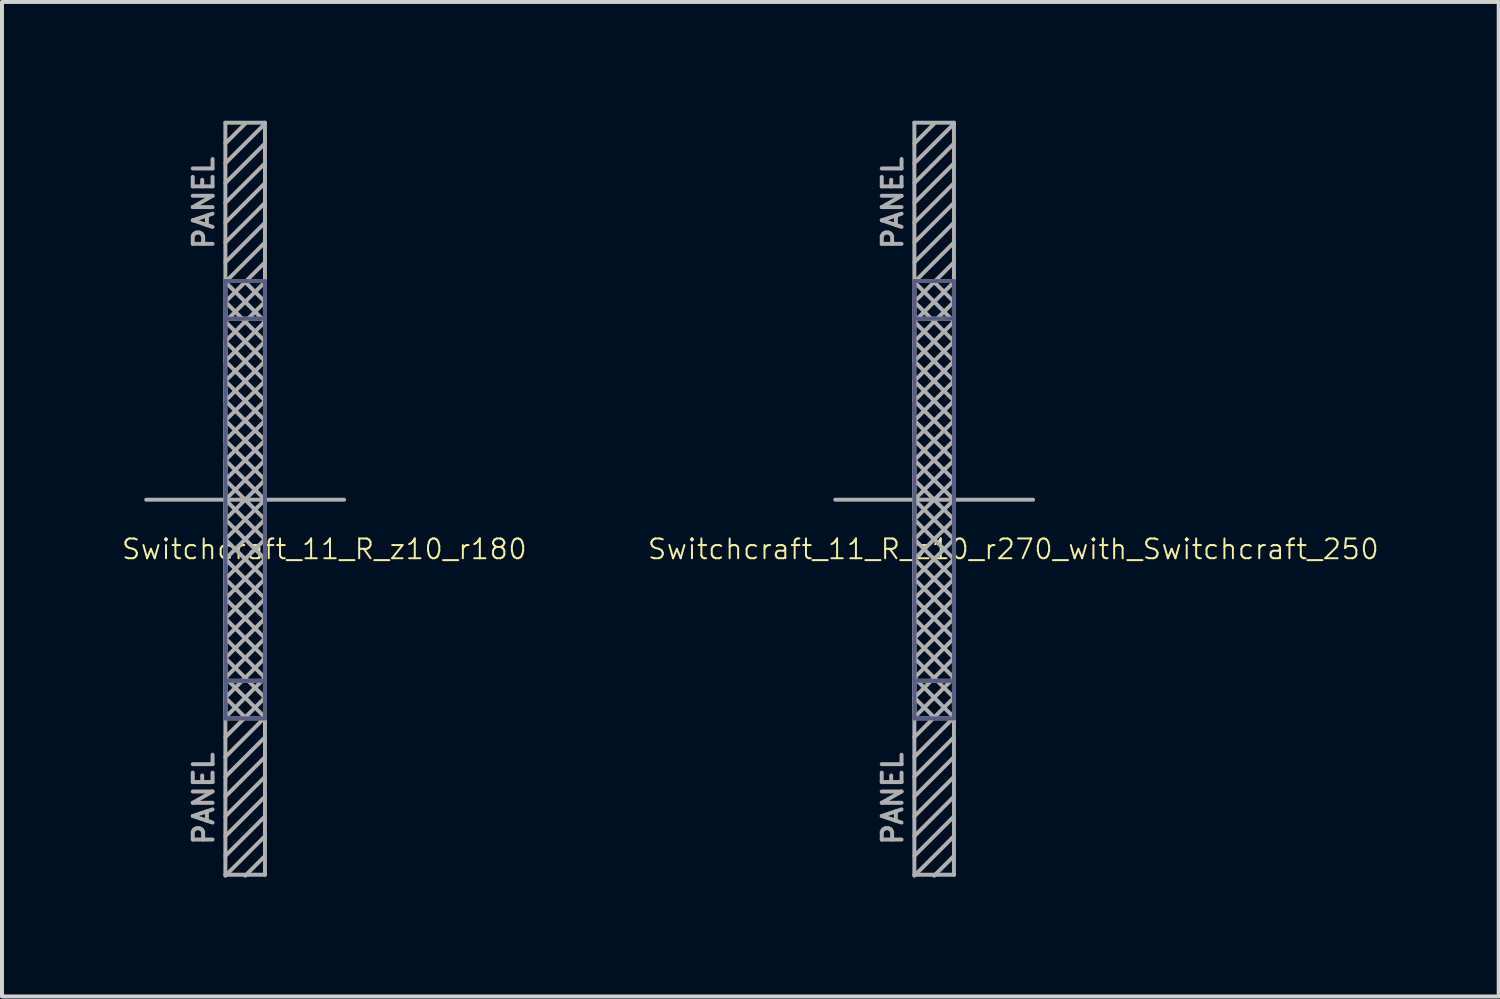
<source format=kicad_pcb>
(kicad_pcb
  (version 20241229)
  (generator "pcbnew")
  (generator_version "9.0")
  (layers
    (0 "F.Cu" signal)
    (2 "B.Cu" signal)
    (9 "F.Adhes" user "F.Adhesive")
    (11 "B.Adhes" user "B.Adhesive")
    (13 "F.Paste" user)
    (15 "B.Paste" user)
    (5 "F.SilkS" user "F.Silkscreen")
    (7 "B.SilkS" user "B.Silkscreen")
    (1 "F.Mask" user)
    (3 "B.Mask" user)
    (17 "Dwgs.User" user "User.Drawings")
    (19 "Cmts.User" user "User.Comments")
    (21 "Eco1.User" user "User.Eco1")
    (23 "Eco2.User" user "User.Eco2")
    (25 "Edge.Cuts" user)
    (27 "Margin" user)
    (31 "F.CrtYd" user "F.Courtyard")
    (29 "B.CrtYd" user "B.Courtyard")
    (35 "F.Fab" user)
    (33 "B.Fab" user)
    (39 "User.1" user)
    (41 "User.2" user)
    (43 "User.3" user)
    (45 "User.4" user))
  (footprint "Switchcraft_11_R_z10_r270_with_Switchcraft_250"
    (layer "F.Cu")
    (at 20.051 9.575)
    (property "Reference" "Switchcraft_11_R_z10_r270_with_Switchcraft_250" (at 2.5 1.25 180) (layer "F.SilkS") (effects (font (size 0.5 0.5) (thickness 0.05))))
    (attr through_hole)
    (fp_line (start 0 -5.525) (end 0 -5.5) (stroke (width 0.1) (type solid)) (layer "B.Fab"))
    (fp_line (start 0 -5.5) (end 0 -4.5) (stroke (width 0.1) (type solid)) (layer "B.Fab"))
    (fp_line (start 0 -4.575) (end 1 -4.575) (stroke (width 0.1) (type solid)) (layer "B.Fab"))
    (fp_line (start 0 4.5) (end 0 -5.5) (stroke (width 0.1) (type solid)) (layer "B.Fab"))
    (fp_line (start 0 4.575) (end 1 4.575) (stroke (width 0.1) (type solid)) (layer "B.Fab"))
    (fp_line (start 0 5.5) (end 0 4.5) (stroke (width 0.1) (type solid)) (layer "B.Fab"))
    (fp_line (start 0 5.525) (end 0 5.45) (stroke (width 0.1) (type solid)) (layer "B.Fab"))
    (fp_line (start 1 -5.525) (end 0 -5.525) (stroke (width 0.1) (type solid)) (layer "B.Fab"))
    (fp_line (start 1 -5.5) (end 1 -5.525) (stroke (width 0.1) (type solid)) (layer "B.Fab"))
    (fp_line (start 1 -5.5) (end 1 5.5) (stroke (width 0.1) (type solid)) (layer "B.Fab"))
    (fp_line (start 1 5.525) (end 0 5.525) (stroke (width 0.1) (type solid)) (layer "B.Fab"))
    (fp_line (start -2 0) (end 3 0) (stroke (width 0.1) (type solid)) (layer "F.Fab"))
    (fp_line (start 0 -9.525) (end 1 -9.525) (stroke (width 0.1) (type solid)) (layer "F.Fab"))
    (fp_line (start 0 -9) (end 0.5 -9.5) (stroke (width 0.1) (type solid)) (layer "F.Fab"))
    (fp_line (start 0 -6.5) (end 1 -7.5) (stroke (width 0.1) (type solid)) (layer "F.Fab"))
    (fp_line (start 0 -5.525) (end 1 -5.525) (stroke (width 0.1) (type solid)) (layer "F.Fab"))
    (fp_line (start 0 -5.5) (end 1 -6.5) (stroke (width 0.1) (type solid)) (layer "F.Fab"))
    (fp_line (start 0 -5.5) (end 1 -4.5) (stroke (width 0.1) (type solid)) (layer "F.Fab"))
    (fp_line (start 0 -5) (end 0.5 -5.5) (stroke (width 0.1) (type solid)) (layer "F.Fab"))
    (fp_line (start 0 -5) (end 1 -4) (stroke (width 0.1) (type solid)) (layer "F.Fab"))
    (fp_line (start 0 -4.575) (end 1 -4.575) (stroke (width 0.1) (type solid)) (layer "F.Fab"))
    (fp_line (start 0 -4.5) (end 0 -5) (stroke (width 0.1) (type solid)) (layer "F.Fab"))
    (fp_line (start 0 -4.5) (end 1 -3.5) (stroke (width 0.1) (type solid)) (layer "F.Fab"))
    (fp_line (start 0 -4) (end 1 -5) (stroke (width 0.1) (type solid)) (layer "F.Fab"))
    (fp_line (start 0 -4) (end 1 -3) (stroke (width 0.1) (type solid)) (layer "F.Fab"))
    (fp_line (start 0 -3.5) (end 0 -4) (stroke (width 0.1) (type solid)) (layer "F.Fab"))
    (fp_line (start 0 -3.5) (end 1 -2.5) (stroke (width 0.1) (type solid)) (layer "F.Fab"))
    (fp_line (start 0 -3) (end 1 -4) (stroke (width 0.1) (type solid)) (layer "F.Fab"))
    (fp_line (start 0 -3) (end 1 -2) (stroke (width 0.1) (type solid)) (layer "F.Fab"))
    (fp_line (start 0 -2.5) (end 0 -3) (stroke (width 0.1) (type solid)) (layer "F.Fab"))
    (fp_line (start 0 -2) (end 1 -3) (stroke (width 0.1) (type solid)) (layer "F.Fab"))
    (fp_line (start 0 -2) (end 1 -1) (stroke (width 0.1) (type solid)) (layer "F.Fab"))
    (fp_line (start 0 -1.5) (end 0 -2) (stroke (width 0.1) (type solid)) (layer "F.Fab"))
    (fp_line (start 0 -1.5) (end 1 -0.5) (stroke (width 0.1) (type solid)) (layer "F.Fab"))
    (fp_line (start 0 -1) (end 1 -2) (stroke (width 0.1) (type solid)) (layer "F.Fab"))
    (fp_line (start 0 -0.5) (end 0 -1) (stroke (width 0.1) (type solid)) (layer "F.Fab"))
    (fp_line (start 0 -0.5) (end 0 0) (stroke (width 0.1) (type solid)) (layer "F.Fab"))
    (fp_line (start 0 0) (end 1 -1) (stroke (width 0.1) (type solid)) (layer "F.Fab"))
    (fp_line (start 0 0) (end 1 1) (stroke (width 0.1) (type solid)) (layer "F.Fab"))
    (fp_line (start 0 0.5) (end 0 0) (stroke (width 0.1) (type solid)) (layer "F.Fab"))
    (fp_line (start 0 1) (end 1 0) (stroke (width 0.1) (type solid)) (layer "F.Fab"))
    (fp_line (start 0 1) (end 1 2) (stroke (width 0.1) (type solid)) (layer "F.Fab"))
    (fp_line (start 0 1.5) (end 0 1) (stroke (width 0.1) (type solid)) (layer "F.Fab"))
    (fp_line (start 0 1.5) (end 0 2) (stroke (width 0.1) (type solid)) (layer "F.Fab"))
    (fp_line (start 0 2) (end 1 1) (stroke (width 0.1) (type solid)) (layer "F.Fab"))
    (fp_line (start 0 2) (end 1 3) (stroke (width 0.1) (type solid)) (layer "F.Fab"))
    (fp_line (start 0 2.5) (end 0 2) (stroke (width 0.1) (type solid)) (layer "F.Fab"))
    (fp_line (start 0 2.5) (end 0 3) (stroke (width 0.1) (type solid)) (layer "F.Fab"))
    (fp_line (start 0 3) (end 1 2) (stroke (width 0.1) (type solid)) (layer "F.Fab"))
    (fp_line (start 0 3) (end 1 4) (stroke (width 0.1) (type solid)) (layer "F.Fab"))
    (fp_line (start 0 3.5) (end 0 3) (stroke (width 0.1) (type solid)) (layer "F.Fab"))
    (fp_line (start 0 3.5) (end 0 4) (stroke (width 0.1) (type solid)) (layer "F.Fab"))
    (fp_line (start 0 4) (end 1 3) (stroke (width 0.1) (type solid)) (layer "F.Fab"))
    (fp_line (start 0 4) (end 1 5) (stroke (width 0.1) (type solid)) (layer "F.Fab"))
    (fp_line (start 0 4.5) (end 0 4) (stroke (width 0.1) (type solid)) (layer "F.Fab"))
    (fp_line (start 0 4.5) (end 0 5) (stroke (width 0.1) (type solid)) (layer "F.Fab"))
    (fp_line (start 0 4.575) (end 1 4.575) (stroke (width 0.1) (type solid)) (layer "F.Fab"))
    (fp_line (start 0 5) (end 0.5 5.5) (stroke (width 0.1) (type solid)) (layer "F.Fab"))
    (fp_line (start 0 5) (end 1 4) (stroke (width 0.1) (type solid)) (layer "F.Fab"))
    (fp_line (start 0 5.5) (end 0 5) (stroke (width 0.1) (type solid)) (layer "F.Fab"))
    (fp_line (start 0 5.525) (end 1 5.525) (stroke (width 0.1) (type solid)) (layer "F.Fab"))
    (fp_line (start 0 7) (end 1 6) (stroke (width 0.1) (type solid)) (layer "F.Fab"))
    (fp_line (start 0 8) (end 1 7) (stroke (width 0.1) (type solid)) (layer "F.Fab"))
    (fp_line (start 0 9) (end 1 8) (stroke (width 0.1) (type solid)) (layer "F.Fab"))
    (fp_line (start 0 9.475) (end 0 -9.525) (stroke (width 0.1) (type solid)) (layer "F.Fab"))
    (fp_line (start 0.5 -5.5) (end 1 -5) (stroke (width 0.1) (type solid)) (layer "F.Fab"))
    (fp_line (start 0.5 5.5) (end 0 6) (stroke (width 0.1) (type solid)) (layer "F.Fab"))
    (fp_line (start 0.5 5.5) (end 1 5) (stroke (width 0.1) (type solid)) (layer "F.Fab"))
    (fp_line (start 0.5 9.5) (end 1 9) (stroke (width 0.1) (type solid)) (layer "F.Fab"))
    (fp_line (start 1 -9.525) (end 1 9.475) (stroke (width 0.1) (type solid)) (layer "F.Fab"))
    (fp_line (start 1 -9.5) (end 0 -8.5) (stroke (width 0.1) (type solid)) (layer "F.Fab"))
    (fp_line (start 1 -9) (end 0 -8) (stroke (width 0.1) (type solid)) (layer "F.Fab"))
    (fp_line (start 1 -8.5) (end 0 -7.5) (stroke (width 0.1) (type solid)) (layer "F.Fab"))
    (fp_line (start 1 -8) (end 0 -7) (stroke (width 0.1) (type solid)) (layer "F.Fab"))
    (fp_line (start 1 -7) (end 0 -6) (stroke (width 0.1) (type solid)) (layer "F.Fab"))
    (fp_line (start 1 -6) (end 0.5 -5.5) (stroke (width 0.1) (type solid)) (layer "F.Fab"))
    (fp_line (start 1 -5.5) (end 0 -4.5) (stroke (width 0.1) (type solid)) (layer "F.Fab"))
    (fp_line (start 1 -5) (end 1 -5.5) (stroke (width 0.1) (type solid)) (layer "F.Fab"))
    (fp_line (start 1 -4.5) (end 0 -3.5) (stroke (width 0.1) (type solid)) (layer "F.Fab"))
    (fp_line (start 1 -4) (end 1 -4.5) (stroke (width 0.1) (type solid)) (layer "F.Fab"))
    (fp_line (start 1 -3.5) (end 0 -2.5) (stroke (width 0.1) (type solid)) (layer "F.Fab"))
    (fp_line (start 1 -3) (end 1 -3.5) (stroke (width 0.1) (type solid)) (layer "F.Fab"))
    (fp_line (start 1 -2.5) (end 0 -1.5) (stroke (width 0.1) (type solid)) (layer "F.Fab"))
    (fp_line (start 1 -2) (end 1 -2.5) (stroke (width 0.1) (type solid)) (layer "F.Fab"))
    (fp_line (start 1 -1.5) (end 0 -2.5) (stroke (width 0.1) (type solid)) (layer "F.Fab"))
    (fp_line (start 1 -1.5) (end 0 -0.5) (stroke (width 0.1) (type solid)) (layer "F.Fab"))
    (fp_line (start 1 -1) (end 1 -1.5) (stroke (width 0.1) (type solid)) (layer "F.Fab"))
    (fp_line (start 1 -0.5) (end 0 0.5) (stroke (width 0.1) (type solid)) (layer "F.Fab"))
    (fp_line (start 1 -0.5) (end 1 0) (stroke (width 0.1) (type solid)) (layer "F.Fab"))
    (fp_line (start 1 0) (end 0 -1) (stroke (width 0.1) (type solid)) (layer "F.Fab"))
    (fp_line (start 1 0) (end 1 -0.5) (stroke (width 0.1) (type solid)) (layer "F.Fab"))
    (fp_line (start 1 0.5) (end 0 -0.5) (stroke (width 0.1) (type solid)) (layer "F.Fab"))
    (fp_line (start 1 0.5) (end 0 1.5) (stroke (width 0.1) (type solid)) (layer "F.Fab"))
    (fp_line (start 1 1) (end 1 0.5) (stroke (width 0.1) (type solid)) (layer "F.Fab"))
    (fp_line (start 1 1) (end 1 1.5) (stroke (width 0.1) (type solid)) (layer "F.Fab"))
    (fp_line (start 1 1.5) (end 0 0.5) (stroke (width 0.1) (type solid)) (layer "F.Fab"))
    (fp_line (start 1 1.5) (end 0 2.5) (stroke (width 0.1) (type solid)) (layer "F.Fab"))
    (fp_line (start 1 2) (end 1 1.5) (stroke (width 0.1) (type solid)) (layer "F.Fab"))
    (fp_line (start 1 2) (end 1 2.5) (stroke (width 0.1) (type solid)) (layer "F.Fab"))
    (fp_line (start 1 2.5) (end 0 1.5) (stroke (width 0.1) (type solid)) (layer "F.Fab"))
    (fp_line (start 1 2.5) (end 0 3.5) (stroke (width 0.1) (type solid)) (layer "F.Fab"))
    (fp_line (start 1 3) (end 1 2.5) (stroke (width 0.1) (type solid)) (layer "F.Fab"))
    (fp_line (start 1 3) (end 1 3.5) (stroke (width 0.1) (type solid)) (layer "F.Fab"))
    (fp_line (start 1 3.5) (end 0 2.5) (stroke (width 0.1) (type solid)) (layer "F.Fab"))
    (fp_line (start 1 3.5) (end 0 4.5) (stroke (width 0.1) (type solid)) (layer "F.Fab"))
    (fp_line (start 1 4) (end 1 3.5) (stroke (width 0.1) (type solid)) (layer "F.Fab"))
    (fp_line (start 1 4) (end 1 4.5) (stroke (width 0.1) (type solid)) (layer "F.Fab"))
    (fp_line (start 1 4.5) (end 0 3.5) (stroke (width 0.1) (type solid)) (layer "F.Fab"))
    (fp_line (start 1 4.5) (end 0 5.5) (stroke (width 0.1) (type solid)) (layer "F.Fab"))
    (fp_line (start 1 5) (end 1 4.5) (stroke (width 0.1) (type solid)) (layer "F.Fab"))
    (fp_line (start 1 5) (end 1 5.5) (stroke (width 0.1) (type solid)) (layer "F.Fab"))
    (fp_line (start 1 5.5) (end 0 4.5) (stroke (width 0.1) (type solid)) (layer "F.Fab"))
    (fp_line (start 1 5.5) (end 0 6.5) (stroke (width 0.1) (type solid)) (layer "F.Fab"))
    (fp_line (start 1 6.5) (end 0 7.5) (stroke (width 0.1) (type solid)) (layer "F.Fab"))
    (fp_line (start 1 7.5) (end 0 8.5) (stroke (width 0.1) (type solid)) (layer "F.Fab"))
    (fp_line (start 1 8.5) (end 0 9.5) (stroke (width 0.1) (type solid)) (layer "F.Fab"))
    (fp_line (start 1 9.475) (end 0 9.475) (stroke (width 0.1) (type solid)) (layer "F.Fab"))
    (fp_text user "PANEL" (at -0.55 7.55 90) (layer "F.Fab") (effects (font (size 0.5 0.5) (thickness 0.1))))
    (fp_text user "PANEL" (at -0.55 -7.5 90) (layer "F.Fab") (effects (font (size 0.5 0.5) (thickness 0.1)))))
  (footprint "Switchcraft_11_R_z10_r180"
    (layer "F.Cu")
    (at 2.644 9.575)
    (property "Reference" "Switchcraft_11_R_z10_r180" (at 2.5 1.25 180) (layer "F.SilkS") (effects (font (size 0.5 0.5) (thickness 0.05))))
    (attr through_hole)
    (fp_line (start 0 -5.525) (end 0 -5.5) (stroke (width 0.1) (type solid)) (layer "B.Fab"))
    (fp_line (start 0 -5.5) (end 0 -4.5) (stroke (width 0.1) (type solid)) (layer "B.Fab"))
    (fp_line (start 0 -4.575) (end 1 -4.575) (stroke (width 0.1) (type solid)) (layer "B.Fab"))
    (fp_line (start 0 4.5) (end 0 -5.5) (stroke (width 0.1) (type solid)) (layer "B.Fab"))
    (fp_line (start 0 4.575) (end 1 4.575) (stroke (width 0.1) (type solid)) (layer "B.Fab"))
    (fp_line (start 0 5.5) (end 0 4.5) (stroke (width 0.1) (type solid)) (layer "B.Fab"))
    (fp_line (start 0 5.525) (end 0 5.45) (stroke (width 0.1) (type solid)) (layer "B.Fab"))
    (fp_line (start 1 -5.525) (end 0 -5.525) (stroke (width 0.1) (type solid)) (layer "B.Fab"))
    (fp_line (start 1 -5.5) (end 1 -5.525) (stroke (width 0.1) (type solid)) (layer "B.Fab"))
    (fp_line (start 1 -5.5) (end 1 5.5) (stroke (width 0.1) (type solid)) (layer "B.Fab"))
    (fp_line (start 1 5.525) (end 0 5.525) (stroke (width 0.1) (type solid)) (layer "B.Fab"))
    (fp_line (start -2 0) (end 3 0) (stroke (width 0.1) (type solid)) (layer "F.Fab"))
    (fp_line (start 0 -9.525) (end 1 -9.525) (stroke (width 0.1) (type solid)) (layer "F.Fab"))
    (fp_line (start 0 -9) (end 0.5 -9.5) (stroke (width 0.1) (type solid)) (layer "F.Fab"))
    (fp_line (start 0 -6.5) (end 1 -7.5) (stroke (width 0.1) (type solid)) (layer "F.Fab"))
    (fp_line (start 0 -5.525) (end 1 -5.525) (stroke (width 0.1) (type solid)) (layer "F.Fab"))
    (fp_line (start 0 -5.5) (end 1 -6.5) (stroke (width 0.1) (type solid)) (layer "F.Fab"))
    (fp_line (start 0 -5.5) (end 1 -4.5) (stroke (width 0.1) (type solid)) (layer "F.Fab"))
    (fp_line (start 0 -5) (end 0.5 -5.5) (stroke (width 0.1) (type solid)) (layer "F.Fab"))
    (fp_line (start 0 -5) (end 1 -4) (stroke (width 0.1) (type solid)) (layer "F.Fab"))
    (fp_line (start 0 -4.575) (end 1 -4.575) (stroke (width 0.1) (type solid)) (layer "F.Fab"))
    (fp_line (start 0 -4.5) (end 0 -5) (stroke (width 0.1) (type solid)) (layer "F.Fab"))
    (fp_line (start 0 -4.5) (end 1 -3.5) (stroke (width 0.1) (type solid)) (layer "F.Fab"))
    (fp_line (start 0 -4) (end 1 -5) (stroke (width 0.1) (type solid)) (layer "F.Fab"))
    (fp_line (start 0 -4) (end 1 -3) (stroke (width 0.1) (type solid)) (layer "F.Fab"))
    (fp_line (start 0 -3.5) (end 0 -4) (stroke (width 0.1) (type solid)) (layer "F.Fab"))
    (fp_line (start 0 -3.5) (end 1 -2.5) (stroke (width 0.1) (type solid)) (layer "F.Fab"))
    (fp_line (start 0 -3) (end 1 -4) (stroke (width 0.1) (type solid)) (layer "F.Fab"))
    (fp_line (start 0 -3) (end 1 -2) (stroke (width 0.1) (type solid)) (layer "F.Fab"))
    (fp_line (start 0 -2.5) (end 0 -3) (stroke (width 0.1) (type solid)) (layer "F.Fab"))
    (fp_line (start 0 -2) (end 1 -3) (stroke (width 0.1) (type solid)) (layer "F.Fab"))
    (fp_line (start 0 -2) (end 1 -1) (stroke (width 0.1) (type solid)) (layer "F.Fab"))
    (fp_line (start 0 -1.5) (end 0 -2) (stroke (width 0.1) (type solid)) (layer "F.Fab"))
    (fp_line (start 0 -1.5) (end 1 -0.5) (stroke (width 0.1) (type solid)) (layer "F.Fab"))
    (fp_line (start 0 -1) (end 1 -2) (stroke (width 0.1) (type solid)) (layer "F.Fab"))
    (fp_line (start 0 -0.5) (end 0 -1) (stroke (width 0.1) (type solid)) (layer "F.Fab"))
    (fp_line (start 0 -0.5) (end 0 0) (stroke (width 0.1) (type solid)) (layer "F.Fab"))
    (fp_line (start 0 0) (end 1 -1) (stroke (width 0.1) (type solid)) (layer "F.Fab"))
    (fp_line (start 0 0) (end 1 1) (stroke (width 0.1) (type solid)) (layer "F.Fab"))
    (fp_line (start 0 0.5) (end 0 0) (stroke (width 0.1) (type solid)) (layer "F.Fab"))
    (fp_line (start 0 1) (end 1 0) (stroke (width 0.1) (type solid)) (layer "F.Fab"))
    (fp_line (start 0 1) (end 1 2) (stroke (width 0.1) (type solid)) (layer "F.Fab"))
    (fp_line (start 0 1.5) (end 0 1) (stroke (width 0.1) (type solid)) (layer "F.Fab"))
    (fp_line (start 0 1.5) (end 0 2) (stroke (width 0.1) (type solid)) (layer "F.Fab"))
    (fp_line (start 0 2) (end 1 1) (stroke (width 0.1) (type solid)) (layer "F.Fab"))
    (fp_line (start 0 2) (end 1 3) (stroke (width 0.1) (type solid)) (layer "F.Fab"))
    (fp_line (start 0 2.5) (end 0 2) (stroke (width 0.1) (type solid)) (layer "F.Fab"))
    (fp_line (start 0 2.5) (end 0 3) (stroke (width 0.1) (type solid)) (layer "F.Fab"))
    (fp_line (start 0 3) (end 1 2) (stroke (width 0.1) (type solid)) (layer "F.Fab"))
    (fp_line (start 0 3) (end 1 4) (stroke (width 0.1) (type solid)) (layer "F.Fab"))
    (fp_line (start 0 3.5) (end 0 3) (stroke (width 0.1) (type solid)) (layer "F.Fab"))
    (fp_line (start 0 3.5) (end 0 4) (stroke (width 0.1) (type solid)) (layer "F.Fab"))
    (fp_line (start 0 4) (end 1 3) (stroke (width 0.1) (type solid)) (layer "F.Fab"))
    (fp_line (start 0 4) (end 1 5) (stroke (width 0.1) (type solid)) (layer "F.Fab"))
    (fp_line (start 0 4.5) (end 0 4) (stroke (width 0.1) (type solid)) (layer "F.Fab"))
    (fp_line (start 0 4.5) (end 0 5) (stroke (width 0.1) (type solid)) (layer "F.Fab"))
    (fp_line (start 0 4.575) (end 1 4.575) (stroke (width 0.1) (type solid)) (layer "F.Fab"))
    (fp_line (start 0 5) (end 0.5 5.5) (stroke (width 0.1) (type solid)) (layer "F.Fab"))
    (fp_line (start 0 5) (end 1 4) (stroke (width 0.1) (type solid)) (layer "F.Fab"))
    (fp_line (start 0 5.5) (end 0 5) (stroke (width 0.1) (type solid)) (layer "F.Fab"))
    (fp_line (start 0 5.525) (end 1 5.525) (stroke (width 0.1) (type solid)) (layer "F.Fab"))
    (fp_line (start 0 7) (end 1 6) (stroke (width 0.1) (type solid)) (layer "F.Fab"))
    (fp_line (start 0 8) (end 1 7) (stroke (width 0.1) (type solid)) (layer "F.Fab"))
    (fp_line (start 0 9) (end 1 8) (stroke (width 0.1) (type solid)) (layer "F.Fab"))
    (fp_line (start 0 9.475) (end 0 -9.525) (stroke (width 0.1) (type solid)) (layer "F.Fab"))
    (fp_line (start 0.5 -5.5) (end 1 -5) (stroke (width 0.1) (type solid)) (layer "F.Fab"))
    (fp_line (start 0.5 5.5) (end 0 6) (stroke (width 0.1) (type solid)) (layer "F.Fab"))
    (fp_line (start 0.5 5.5) (end 1 5) (stroke (width 0.1) (type solid)) (layer "F.Fab"))
    (fp_line (start 0.5 9.5) (end 1 9) (stroke (width 0.1) (type solid)) (layer "F.Fab"))
    (fp_line (start 1 -9.525) (end 1 9.475) (stroke (width 0.1) (type solid)) (layer "F.Fab"))
    (fp_line (start 1 -9.5) (end 0 -8.5) (stroke (width 0.1) (type solid)) (layer "F.Fab"))
    (fp_line (start 1 -9) (end 0 -8) (stroke (width 0.1) (type solid)) (layer "F.Fab"))
    (fp_line (start 1 -8.5) (end 0 -7.5) (stroke (width 0.1) (type solid)) (layer "F.Fab"))
    (fp_line (start 1 -8) (end 0 -7) (stroke (width 0.1) (type solid)) (layer "F.Fab"))
    (fp_line (start 1 -7) (end 0 -6) (stroke (width 0.1) (type solid)) (layer "F.Fab"))
    (fp_line (start 1 -6) (end 0.5 -5.5) (stroke (width 0.1) (type solid)) (layer "F.Fab"))
    (fp_line (start 1 -5.5) (end 0 -4.5) (stroke (width 0.1) (type solid)) (layer "F.Fab"))
    (fp_line (start 1 -5) (end 1 -5.5) (stroke (width 0.1) (type solid)) (layer "F.Fab"))
    (fp_line (start 1 -4.5) (end 0 -3.5) (stroke (width 0.1) (type solid)) (layer "F.Fab"))
    (fp_line (start 1 -4) (end 1 -4.5) (stroke (width 0.1) (type solid)) (layer "F.Fab"))
    (fp_line (start 1 -3.5) (end 0 -2.5) (stroke (width 0.1) (type solid)) (layer "F.Fab"))
    (fp_line (start 1 -3) (end 1 -3.5) (stroke (width 0.1) (type solid)) (layer "F.Fab"))
    (fp_line (start 1 -2.5) (end 0 -1.5) (stroke (width 0.1) (type solid)) (layer "F.Fab"))
    (fp_line (start 1 -2) (end 1 -2.5) (stroke (width 0.1) (type solid)) (layer "F.Fab"))
    (fp_line (start 1 -1.5) (end 0 -2.5) (stroke (width 0.1) (type solid)) (layer "F.Fab"))
    (fp_line (start 1 -1.5) (end 0 -0.5) (stroke (width 0.1) (type solid)) (layer "F.Fab"))
    (fp_line (start 1 -1) (end 1 -1.5) (stroke (width 0.1) (type solid)) (layer "F.Fab"))
    (fp_line (start 1 -0.5) (end 0 0.5) (stroke (width 0.1) (type solid)) (layer "F.Fab"))
    (fp_line (start 1 -0.5) (end 1 0) (stroke (width 0.1) (type solid)) (layer "F.Fab"))
    (fp_line (start 1 0) (end 0 -1) (stroke (width 0.1) (type solid)) (layer "F.Fab"))
    (fp_line (start 1 0) (end 1 -0.5) (stroke (width 0.1) (type solid)) (layer "F.Fab"))
    (fp_line (start 1 0.5) (end 0 -0.5) (stroke (width 0.1) (type solid)) (layer "F.Fab"))
    (fp_line (start 1 0.5) (end 0 1.5) (stroke (width 0.1) (type solid)) (layer "F.Fab"))
    (fp_line (start 1 1) (end 1 0.5) (stroke (width 0.1) (type solid)) (layer "F.Fab"))
    (fp_line (start 1 1) (end 1 1.5) (stroke (width 0.1) (type solid)) (layer "F.Fab"))
    (fp_line (start 1 1.5) (end 0 0.5) (stroke (width 0.1) (type solid)) (layer "F.Fab"))
    (fp_line (start 1 1.5) (end 0 2.5) (stroke (width 0.1) (type solid)) (layer "F.Fab"))
    (fp_line (start 1 2) (end 1 1.5) (stroke (width 0.1) (type solid)) (layer "F.Fab"))
    (fp_line (start 1 2) (end 1 2.5) (stroke (width 0.1) (type solid)) (layer "F.Fab"))
    (fp_line (start 1 2.5) (end 0 1.5) (stroke (width 0.1) (type solid)) (layer "F.Fab"))
    (fp_line (start 1 2.5) (end 0 3.5) (stroke (width 0.1) (type solid)) (layer "F.Fab"))
    (fp_line (start 1 3) (end 1 2.5) (stroke (width 0.1) (type solid)) (layer "F.Fab"))
    (fp_line (start 1 3) (end 1 3.5) (stroke (width 0.1) (type solid)) (layer "F.Fab"))
    (fp_line (start 1 3.5) (end 0 2.5) (stroke (width 0.1) (type solid)) (layer "F.Fab"))
    (fp_line (start 1 3.5) (end 0 4.5) (stroke (width 0.1) (type solid)) (layer "F.Fab"))
    (fp_line (start 1 4) (end 1 3.5) (stroke (width 0.1) (type solid)) (layer "F.Fab"))
    (fp_line (start 1 4) (end 1 4.5) (stroke (width 0.1) (type solid)) (layer "F.Fab"))
    (fp_line (start 1 4.5) (end 0 3.5) (stroke (width 0.1) (type solid)) (layer "F.Fab"))
    (fp_line (start 1 4.5) (end 0 5.5) (stroke (width 0.1) (type solid)) (layer "F.Fab"))
    (fp_line (start 1 5) (end 1 4.5) (stroke (width 0.1) (type solid)) (layer "F.Fab"))
    (fp_line (start 1 5) (end 1 5.5) (stroke (width 0.1) (type solid)) (layer "F.Fab"))
    (fp_line (start 1 5.5) (end 0 4.5) (stroke (width 0.1) (type solid)) (layer "F.Fab"))
    (fp_line (start 1 5.5) (end 0 6.5) (stroke (width 0.1) (type solid)) (layer "F.Fab"))
    (fp_line (start 1 6.5) (end 0 7.5) (stroke (width 0.1) (type solid)) (layer "F.Fab"))
    (fp_line (start 1 7.5) (end 0 8.5) (stroke (width 0.1) (type solid)) (layer "F.Fab"))
    (fp_line (start 1 8.5) (end 0 9.5) (stroke (width 0.1) (type solid)) (layer "F.Fab"))
    (fp_line (start 1 9.475) (end 0 9.475) (stroke (width 0.1) (type solid)) (layer "F.Fab"))
    (fp_text user "PANEL" (at -0.55 -7.5 90) (layer "F.Fab") (effects (font (size 0.5 0.5) (thickness 0.1))))
    (fp_text user "PANEL" (at -0.55 7.55 90) (layer "F.Fab") (effects (font (size 0.5 0.5) (thickness 0.1)))))
  (gr_rect
    (start -3 -3)
    (end 34.814 22.125)
    (stroke (width 0.1) (type default))
    (fill no)
    (layer "Edge.Cuts")))
</source>
